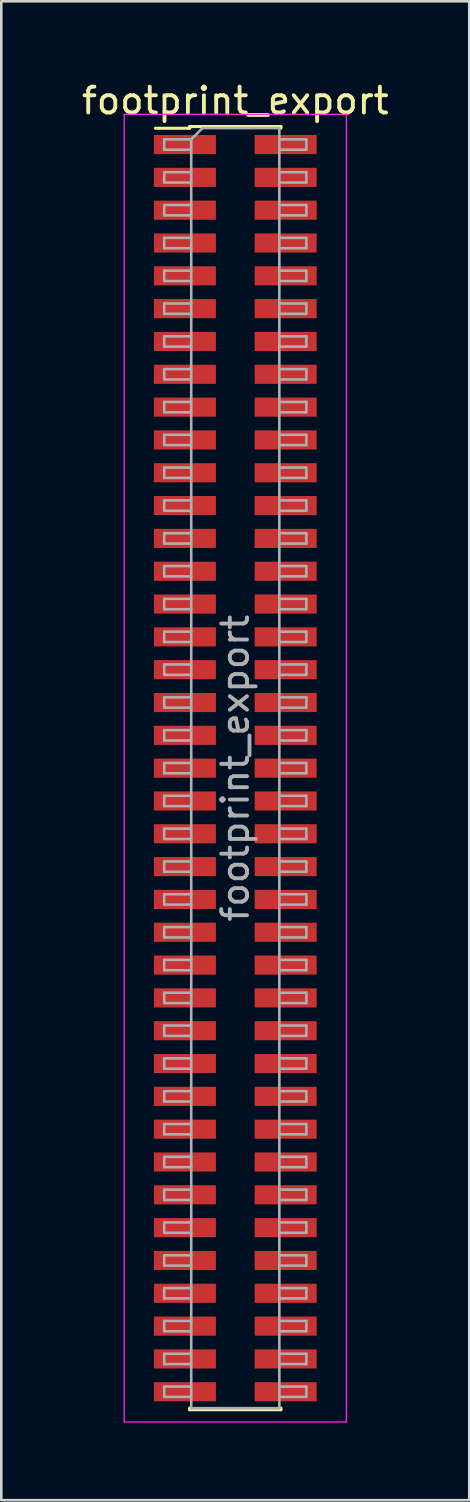
<source format=kicad_pcb>
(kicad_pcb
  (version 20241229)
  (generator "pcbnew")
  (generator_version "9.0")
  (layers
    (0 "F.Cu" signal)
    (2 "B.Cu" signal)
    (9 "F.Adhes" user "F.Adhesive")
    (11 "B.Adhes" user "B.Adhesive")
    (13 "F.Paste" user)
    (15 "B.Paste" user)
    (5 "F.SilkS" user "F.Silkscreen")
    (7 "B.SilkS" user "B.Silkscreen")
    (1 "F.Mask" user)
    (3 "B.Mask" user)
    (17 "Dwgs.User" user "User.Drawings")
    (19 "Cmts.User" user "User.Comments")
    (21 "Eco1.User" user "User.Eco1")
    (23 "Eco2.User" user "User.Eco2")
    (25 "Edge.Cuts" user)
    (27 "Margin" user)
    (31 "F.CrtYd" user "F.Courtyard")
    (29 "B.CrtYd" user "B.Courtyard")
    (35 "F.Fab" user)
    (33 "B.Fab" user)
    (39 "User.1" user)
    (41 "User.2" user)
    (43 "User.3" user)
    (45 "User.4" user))
  (footprint "footprint_export"
    (layer "F.Cu")
    (at 6.054 26.673)
    (property "Reference" "footprint_export" (at 0 -25.825 0) (layer "F.SilkS") (effects (font (size 1 1) (thickness 0.15))))
    (attr smd)
    (fp_line (start -3.09 -24.76) (end -1.765 -24.76) (stroke (width 0.12) (type solid)) (layer "F.SilkS"))
    (fp_line (start -1.765 -24.825) (end -1.765 -24.76) (stroke (width 0.12) (type solid)) (layer "F.SilkS"))
    (fp_line (start -1.765 -24.825) (end 1.765 -24.825) (stroke (width 0.12) (type solid)) (layer "F.SilkS"))
    (fp_line (start -1.765 24.76) (end -1.765 24.825) (stroke (width 0.12) (type solid)) (layer "F.SilkS"))
    (fp_line (start -1.765 24.825) (end 1.765 24.825) (stroke (width 0.12) (type solid)) (layer "F.SilkS"))
    (fp_line (start 1.765 -24.825) (end 1.765 -24.76) (stroke (width 0.12) (type solid)) (layer "F.SilkS"))
    (fp_line (start 1.765 24.76) (end 1.765 24.825) (stroke (width 0.12) (type solid)) (layer "F.SilkS"))
    (fp_line (start -4.3 -25.3) (end -4.3 25.3) (stroke (width 0.05) (type solid)) (layer "F.CrtYd"))
    (fp_line (start -4.3 25.3) (end 4.3 25.3) (stroke (width 0.05) (type solid)) (layer "F.CrtYd"))
    (fp_line (start 4.3 -25.3) (end -4.3 -25.3) (stroke (width 0.05) (type solid)) (layer "F.CrtYd"))
    (fp_line (start 4.3 25.3) (end 4.3 -25.3) (stroke (width 0.05) (type solid)) (layer "F.CrtYd"))
    (fp_line (start -2.75 -24.33) (end -2.75 -23.93) (stroke (width 0.1) (type solid)) (layer "F.Fab"))
    (fp_line (start -2.75 -23.93) (end -1.705 -23.93) (stroke (width 0.1) (type solid)) (layer "F.Fab"))
    (fp_line (start -2.75 -23.06) (end -2.75 -22.66) (stroke (width 0.1) (type solid)) (layer "F.Fab"))
    (fp_line (start -2.75 -22.66) (end -1.705 -22.66) (stroke (width 0.1) (type solid)) (layer "F.Fab"))
    (fp_line (start -2.75 -21.79) (end -2.75 -21.39) (stroke (width 0.1) (type solid)) (layer "F.Fab"))
    (fp_line (start -2.75 -21.39) (end -1.705 -21.39) (stroke (width 0.1) (type solid)) (layer "F.Fab"))
    (fp_line (start -2.75 -20.52) (end -2.75 -20.12) (stroke (width 0.1) (type solid)) (layer "F.Fab"))
    (fp_line (start -2.75 -20.12) (end -1.705 -20.12) (stroke (width 0.1) (type solid)) (layer "F.Fab"))
    (fp_line (start -2.75 -19.25) (end -2.75 -18.85) (stroke (width 0.1) (type solid)) (layer "F.Fab"))
    (fp_line (start -2.75 -18.85) (end -1.705 -18.85) (stroke (width 0.1) (type solid)) (layer "F.Fab"))
    (fp_line (start -2.75 -17.98) (end -2.75 -17.58) (stroke (width 0.1) (type solid)) (layer "F.Fab"))
    (fp_line (start -2.75 -17.58) (end -1.705 -17.58) (stroke (width 0.1) (type solid)) (layer "F.Fab"))
    (fp_line (start -2.75 -16.71) (end -2.75 -16.31) (stroke (width 0.1) (type solid)) (layer "F.Fab"))
    (fp_line (start -2.75 -16.31) (end -1.705 -16.31) (stroke (width 0.1) (type solid)) (layer "F.Fab"))
    (fp_line (start -2.75 -15.44) (end -2.75 -15.04) (stroke (width 0.1) (type solid)) (layer "F.Fab"))
    (fp_line (start -2.75 -15.04) (end -1.705 -15.04) (stroke (width 0.1) (type solid)) (layer "F.Fab"))
    (fp_line (start -2.75 -14.17) (end -2.75 -13.77) (stroke (width 0.1) (type solid)) (layer "F.Fab"))
    (fp_line (start -2.75 -13.77) (end -1.705 -13.77) (stroke (width 0.1) (type solid)) (layer "F.Fab"))
    (fp_line (start -2.75 -12.9) (end -2.75 -12.5) (stroke (width 0.1) (type solid)) (layer "F.Fab"))
    (fp_line (start -2.75 -12.5) (end -1.705 -12.5) (stroke (width 0.1) (type solid)) (layer "F.Fab"))
    (fp_line (start -2.75 -11.63) (end -2.75 -11.23) (stroke (width 0.1) (type solid)) (layer "F.Fab"))
    (fp_line (start -2.75 -11.23) (end -1.705 -11.23) (stroke (width 0.1) (type solid)) (layer "F.Fab"))
    (fp_line (start -2.75 -10.36) (end -2.75 -9.96) (stroke (width 0.1) (type solid)) (layer "F.Fab"))
    (fp_line (start -2.75 -9.96) (end -1.705 -9.96) (stroke (width 0.1) (type solid)) (layer "F.Fab"))
    (fp_line (start -2.75 -9.09) (end -2.75 -8.69) (stroke (width 0.1) (type solid)) (layer "F.Fab"))
    (fp_line (start -2.75 -8.69) (end -1.705 -8.69) (stroke (width 0.1) (type solid)) (layer "F.Fab"))
    (fp_line (start -2.75 -7.82) (end -2.75 -7.42) (stroke (width 0.1) (type solid)) (layer "F.Fab"))
    (fp_line (start -2.75 -7.42) (end -1.705 -7.42) (stroke (width 0.1) (type solid)) (layer "F.Fab"))
    (fp_line (start -2.75 -6.55) (end -2.75 -6.15) (stroke (width 0.1) (type solid)) (layer "F.Fab"))
    (fp_line (start -2.75 -6.15) (end -1.705 -6.15) (stroke (width 0.1) (type solid)) (layer "F.Fab"))
    (fp_line (start -2.75 -5.28) (end -2.75 -4.88) (stroke (width 0.1) (type solid)) (layer "F.Fab"))
    (fp_line (start -2.75 -4.88) (end -1.705 -4.88) (stroke (width 0.1) (type solid)) (layer "F.Fab"))
    (fp_line (start -2.75 -4.01) (end -2.75 -3.61) (stroke (width 0.1) (type solid)) (layer "F.Fab"))
    (fp_line (start -2.75 -3.61) (end -1.705 -3.61) (stroke (width 0.1) (type solid)) (layer "F.Fab"))
    (fp_line (start -2.75 -2.74) (end -2.75 -2.34) (stroke (width 0.1) (type solid)) (layer "F.Fab"))
    (fp_line (start -2.75 -2.34) (end -1.705 -2.34) (stroke (width 0.1) (type solid)) (layer "F.Fab"))
    (fp_line (start -2.75 -1.47) (end -2.75 -1.07) (stroke (width 0.1) (type solid)) (layer "F.Fab"))
    (fp_line (start -2.75 -1.07) (end -1.705 -1.07) (stroke (width 0.1) (type solid)) (layer "F.Fab"))
    (fp_line (start -2.75 -0.2) (end -2.75 0.2) (stroke (width 0.1) (type solid)) (layer "F.Fab"))
    (fp_line (start -2.75 0.2) (end -1.705 0.2) (stroke (width 0.1) (type solid)) (layer "F.Fab"))
    (fp_line (start -2.75 1.07) (end -2.75 1.47) (stroke (width 0.1) (type solid)) (layer "F.Fab"))
    (fp_line (start -2.75 1.47) (end -1.705 1.47) (stroke (width 0.1) (type solid)) (layer "F.Fab"))
    (fp_line (start -2.75 2.34) (end -2.75 2.74) (stroke (width 0.1) (type solid)) (layer "F.Fab"))
    (fp_line (start -2.75 2.74) (end -1.705 2.74) (stroke (width 0.1) (type solid)) (layer "F.Fab"))
    (fp_line (start -2.75 3.61) (end -2.75 4.01) (stroke (width 0.1) (type solid)) (layer "F.Fab"))
    (fp_line (start -2.75 4.01) (end -1.705 4.01) (stroke (width 0.1) (type solid)) (layer "F.Fab"))
    (fp_line (start -2.75 4.88) (end -2.75 5.28) (stroke (width 0.1) (type solid)) (layer "F.Fab"))
    (fp_line (start -2.75 5.28) (end -1.705 5.28) (stroke (width 0.1) (type solid)) (layer "F.Fab"))
    (fp_line (start -2.75 6.15) (end -2.75 6.55) (stroke (width 0.1) (type solid)) (layer "F.Fab"))
    (fp_line (start -2.75 6.55) (end -1.705 6.55) (stroke (width 0.1) (type solid)) (layer "F.Fab"))
    (fp_line (start -2.75 7.42) (end -2.75 7.82) (stroke (width 0.1) (type solid)) (layer "F.Fab"))
    (fp_line (start -2.75 7.82) (end -1.705 7.82) (stroke (width 0.1) (type solid)) (layer "F.Fab"))
    (fp_line (start -2.75 8.69) (end -2.75 9.09) (stroke (width 0.1) (type solid)) (layer "F.Fab"))
    (fp_line (start -2.75 9.09) (end -1.705 9.09) (stroke (width 0.1) (type solid)) (layer "F.Fab"))
    (fp_line (start -2.75 9.96) (end -2.75 10.36) (stroke (width 0.1) (type solid)) (layer "F.Fab"))
    (fp_line (start -2.75 10.36) (end -1.705 10.36) (stroke (width 0.1) (type solid)) (layer "F.Fab"))
    (fp_line (start -2.75 11.23) (end -2.75 11.63) (stroke (width 0.1) (type solid)) (layer "F.Fab"))
    (fp_line (start -2.75 11.63) (end -1.705 11.63) (stroke (width 0.1) (type solid)) (layer "F.Fab"))
    (fp_line (start -2.75 12.5) (end -2.75 12.9) (stroke (width 0.1) (type solid)) (layer "F.Fab"))
    (fp_line (start -2.75 12.9) (end -1.705 12.9) (stroke (width 0.1) (type solid)) (layer "F.Fab"))
    (fp_line (start -2.75 13.77) (end -2.75 14.17) (stroke (width 0.1) (type solid)) (layer "F.Fab"))
    (fp_line (start -2.75 14.17) (end -1.705 14.17) (stroke (width 0.1) (type solid)) (layer "F.Fab"))
    (fp_line (start -2.75 15.04) (end -2.75 15.44) (stroke (width 0.1) (type solid)) (layer "F.Fab"))
    (fp_line (start -2.75 15.44) (end -1.705 15.44) (stroke (width 0.1) (type solid)) (layer "F.Fab"))
    (fp_line (start -2.75 16.31) (end -2.75 16.71) (stroke (width 0.1) (type solid)) (layer "F.Fab"))
    (fp_line (start -2.75 16.71) (end -1.705 16.71) (stroke (width 0.1) (type solid)) (layer "F.Fab"))
    (fp_line (start -2.75 17.58) (end -2.75 17.98) (stroke (width 0.1) (type solid)) (layer "F.Fab"))
    (fp_line (start -2.75 17.98) (end -1.705 17.98) (stroke (width 0.1) (type solid)) (layer "F.Fab"))
    (fp_line (start -2.75 18.85) (end -2.75 19.25) (stroke (width 0.1) (type solid)) (layer "F.Fab"))
    (fp_line (start -2.75 19.25) (end -1.705 19.25) (stroke (width 0.1) (type solid)) (layer "F.Fab"))
    (fp_line (start -2.75 20.12) (end -2.75 20.52) (stroke (width 0.1) (type solid)) (layer "F.Fab"))
    (fp_line (start -2.75 20.52) (end -1.705 20.52) (stroke (width 0.1) (type solid)) (layer "F.Fab"))
    (fp_line (start -2.75 21.39) (end -2.75 21.79) (stroke (width 0.1) (type solid)) (layer "F.Fab"))
    (fp_line (start -2.75 21.79) (end -1.705 21.79) (stroke (width 0.1) (type solid)) (layer "F.Fab"))
    (fp_line (start -2.75 22.66) (end -2.75 23.06) (stroke (width 0.1) (type solid)) (layer "F.Fab"))
    (fp_line (start -2.75 23.06) (end -1.705 23.06) (stroke (width 0.1) (type solid)) (layer "F.Fab"))
    (fp_line (start -2.75 23.93) (end -2.75 24.33) (stroke (width 0.1) (type solid)) (layer "F.Fab"))
    (fp_line (start -2.75 24.33) (end -1.705 24.33) (stroke (width 0.1) (type solid)) (layer "F.Fab"))
    (fp_line (start -1.705 -24.33) (end -2.75 -24.33) (stroke (width 0.1) (type solid)) (layer "F.Fab"))
    (fp_line (start -1.705 -24.33) (end -1.27 -24.765) (stroke (width 0.1) (type solid)) (layer "F.Fab"))
    (fp_line (start -1.705 -23.06) (end -2.75 -23.06) (stroke (width 0.1) (type solid)) (layer "F.Fab"))
    (fp_line (start -1.705 -21.79) (end -2.75 -21.79) (stroke (width 0.1) (type solid)) (layer "F.Fab"))
    (fp_line (start -1.705 -20.52) (end -2.75 -20.52) (stroke (width 0.1) (type solid)) (layer "F.Fab"))
    (fp_line (start -1.705 -19.25) (end -2.75 -19.25) (stroke (width 0.1) (type solid)) (layer "F.Fab"))
    (fp_line (start -1.705 -17.98) (end -2.75 -17.98) (stroke (width 0.1) (type solid)) (layer "F.Fab"))
    (fp_line (start -1.705 -16.71) (end -2.75 -16.71) (stroke (width 0.1) (type solid)) (layer "F.Fab"))
    (fp_line (start -1.705 -15.44) (end -2.75 -15.44) (stroke (width 0.1) (type solid)) (layer "F.Fab"))
    (fp_line (start -1.705 -14.17) (end -2.75 -14.17) (stroke (width 0.1) (type solid)) (layer "F.Fab"))
    (fp_line (start -1.705 -12.9) (end -2.75 -12.9) (stroke (width 0.1) (type solid)) (layer "F.Fab"))
    (fp_line (start -1.705 -11.63) (end -2.75 -11.63) (stroke (width 0.1) (type solid)) (layer "F.Fab"))
    (fp_line (start -1.705 -10.36) (end -2.75 -10.36) (stroke (width 0.1) (type solid)) (layer "F.Fab"))
    (fp_line (start -1.705 -9.09) (end -2.75 -9.09) (stroke (width 0.1) (type solid)) (layer "F.Fab"))
    (fp_line (start -1.705 -7.82) (end -2.75 -7.82) (stroke (width 0.1) (type solid)) (layer "F.Fab"))
    (fp_line (start -1.705 -6.55) (end -2.75 -6.55) (stroke (width 0.1) (type solid)) (layer "F.Fab"))
    (fp_line (start -1.705 -5.28) (end -2.75 -5.28) (stroke (width 0.1) (type solid)) (layer "F.Fab"))
    (fp_line (start -1.705 -4.01) (end -2.75 -4.01) (stroke (width 0.1) (type solid)) (layer "F.Fab"))
    (fp_line (start -1.705 -2.74) (end -2.75 -2.74) (stroke (width 0.1) (type solid)) (layer "F.Fab"))
    (fp_line (start -1.705 -1.47) (end -2.75 -1.47) (stroke (width 0.1) (type solid)) (layer "F.Fab"))
    (fp_line (start -1.705 -0.2) (end -2.75 -0.2) (stroke (width 0.1) (type solid)) (layer "F.Fab"))
    (fp_line (start -1.705 1.07) (end -2.75 1.07) (stroke (width 0.1) (type solid)) (layer "F.Fab"))
    (fp_line (start -1.705 2.34) (end -2.75 2.34) (stroke (width 0.1) (type solid)) (layer "F.Fab"))
    (fp_line (start -1.705 3.61) (end -2.75 3.61) (stroke (width 0.1) (type solid)) (layer "F.Fab"))
    (fp_line (start -1.705 4.88) (end -2.75 4.88) (stroke (width 0.1) (type solid)) (layer "F.Fab"))
    (fp_line (start -1.705 6.15) (end -2.75 6.15) (stroke (width 0.1) (type solid)) (layer "F.Fab"))
    (fp_line (start -1.705 7.42) (end -2.75 7.42) (stroke (width 0.1) (type solid)) (layer "F.Fab"))
    (fp_line (start -1.705 8.69) (end -2.75 8.69) (stroke (width 0.1) (type solid)) (layer "F.Fab"))
    (fp_line (start -1.705 9.96) (end -2.75 9.96) (stroke (width 0.1) (type solid)) (layer "F.Fab"))
    (fp_line (start -1.705 11.23) (end -2.75 11.23) (stroke (width 0.1) (type solid)) (layer "F.Fab"))
    (fp_line (start -1.705 12.5) (end -2.75 12.5) (stroke (width 0.1) (type solid)) (layer "F.Fab"))
    (fp_line (start -1.705 13.77) (end -2.75 13.77) (stroke (width 0.1) (type solid)) (layer "F.Fab"))
    (fp_line (start -1.705 15.04) (end -2.75 15.04) (stroke (width 0.1) (type solid)) (layer "F.Fab"))
    (fp_line (start -1.705 16.31) (end -2.75 16.31) (stroke (width 0.1) (type solid)) (layer "F.Fab"))
    (fp_line (start -1.705 17.58) (end -2.75 17.58) (stroke (width 0.1) (type solid)) (layer "F.Fab"))
    (fp_line (start -1.705 18.85) (end -2.75 18.85) (stroke (width 0.1) (type solid)) (layer "F.Fab"))
    (fp_line (start -1.705 20.12) (end -2.75 20.12) (stroke (width 0.1) (type solid)) (layer "F.Fab"))
    (fp_line (start -1.705 21.39) (end -2.75 21.39) (stroke (width 0.1) (type solid)) (layer "F.Fab"))
    (fp_line (start -1.705 22.66) (end -2.75 22.66) (stroke (width 0.1) (type solid)) (layer "F.Fab"))
    (fp_line (start -1.705 23.93) (end -2.75 23.93) (stroke (width 0.1) (type solid)) (layer "F.Fab"))
    (fp_line (start -1.705 24.765) (end -1.705 -24.33) (stroke (width 0.1) (type solid)) (layer "F.Fab"))
    (fp_line (start -1.27 -24.765) (end 1.705 -24.765) (stroke (width 0.1) (type solid)) (layer "F.Fab"))
    (fp_line (start 1.705 -24.765) (end 1.705 24.765) (stroke (width 0.1) (type solid)) (layer "F.Fab"))
    (fp_line (start 1.705 -24.33) (end 2.75 -24.33) (stroke (width 0.1) (type solid)) (layer "F.Fab"))
    (fp_line (start 1.705 -23.06) (end 2.75 -23.06) (stroke (width 0.1) (type solid)) (layer "F.Fab"))
    (fp_line (start 1.705 -21.79) (end 2.75 -21.79) (stroke (width 0.1) (type solid)) (layer "F.Fab"))
    (fp_line (start 1.705 -20.52) (end 2.75 -20.52) (stroke (width 0.1) (type solid)) (layer "F.Fab"))
    (fp_line (start 1.705 -19.25) (end 2.75 -19.25) (stroke (width 0.1) (type solid)) (layer "F.Fab"))
    (fp_line (start 1.705 -17.98) (end 2.75 -17.98) (stroke (width 0.1) (type solid)) (layer "F.Fab"))
    (fp_line (start 1.705 -16.71) (end 2.75 -16.71) (stroke (width 0.1) (type solid)) (layer "F.Fab"))
    (fp_line (start 1.705 -15.44) (end 2.75 -15.44) (stroke (width 0.1) (type solid)) (layer "F.Fab"))
    (fp_line (start 1.705 -14.17) (end 2.75 -14.17) (stroke (width 0.1) (type solid)) (layer "F.Fab"))
    (fp_line (start 1.705 -12.9) (end 2.75 -12.9) (stroke (width 0.1) (type solid)) (layer "F.Fab"))
    (fp_line (start 1.705 -11.63) (end 2.75 -11.63) (stroke (width 0.1) (type solid)) (layer "F.Fab"))
    (fp_line (start 1.705 -10.36) (end 2.75 -10.36) (stroke (width 0.1) (type solid)) (layer "F.Fab"))
    (fp_line (start 1.705 -9.09) (end 2.75 -9.09) (stroke (width 0.1) (type solid)) (layer "F.Fab"))
    (fp_line (start 1.705 -7.82) (end 2.75 -7.82) (stroke (width 0.1) (type solid)) (layer "F.Fab"))
    (fp_line (start 1.705 -6.55) (end 2.75 -6.55) (stroke (width 0.1) (type solid)) (layer "F.Fab"))
    (fp_line (start 1.705 -5.28) (end 2.75 -5.28) (stroke (width 0.1) (type solid)) (layer "F.Fab"))
    (fp_line (start 1.705 -4.01) (end 2.75 -4.01) (stroke (width 0.1) (type solid)) (layer "F.Fab"))
    (fp_line (start 1.705 -2.74) (end 2.75 -2.74) (stroke (width 0.1) (type solid)) (layer "F.Fab"))
    (fp_line (start 1.705 -1.47) (end 2.75 -1.47) (stroke (width 0.1) (type solid)) (layer "F.Fab"))
    (fp_line (start 1.705 -0.2) (end 2.75 -0.2) (stroke (width 0.1) (type solid)) (layer "F.Fab"))
    (fp_line (start 1.705 1.07) (end 2.75 1.07) (stroke (width 0.1) (type solid)) (layer "F.Fab"))
    (fp_line (start 1.705 2.34) (end 2.75 2.34) (stroke (width 0.1) (type solid)) (layer "F.Fab"))
    (fp_line (start 1.705 3.61) (end 2.75 3.61) (stroke (width 0.1) (type solid)) (layer "F.Fab"))
    (fp_line (start 1.705 4.88) (end 2.75 4.88) (stroke (width 0.1) (type solid)) (layer "F.Fab"))
    (fp_line (start 1.705 6.15) (end 2.75 6.15) (stroke (width 0.1) (type solid)) (layer "F.Fab"))
    (fp_line (start 1.705 7.42) (end 2.75 7.42) (stroke (width 0.1) (type solid)) (layer "F.Fab"))
    (fp_line (start 1.705 8.69) (end 2.75 8.69) (stroke (width 0.1) (type solid)) (layer "F.Fab"))
    (fp_line (start 1.705 9.96) (end 2.75 9.96) (stroke (width 0.1) (type solid)) (layer "F.Fab"))
    (fp_line (start 1.705 11.23) (end 2.75 11.23) (stroke (width 0.1) (type solid)) (layer "F.Fab"))
    (fp_line (start 1.705 12.5) (end 2.75 12.5) (stroke (width 0.1) (type solid)) (layer "F.Fab"))
    (fp_line (start 1.705 13.77) (end 2.75 13.77) (stroke (width 0.1) (type solid)) (layer "F.Fab"))
    (fp_line (start 1.705 15.04) (end 2.75 15.04) (stroke (width 0.1) (type solid)) (layer "F.Fab"))
    (fp_line (start 1.705 16.31) (end 2.75 16.31) (stroke (width 0.1) (type solid)) (layer "F.Fab"))
    (fp_line (start 1.705 17.58) (end 2.75 17.58) (stroke (width 0.1) (type solid)) (layer "F.Fab"))
    (fp_line (start 1.705 18.85) (end 2.75 18.85) (stroke (width 0.1) (type solid)) (layer "F.Fab"))
    (fp_line (start 1.705 20.12) (end 2.75 20.12) (stroke (width 0.1) (type solid)) (layer "F.Fab"))
    (fp_line (start 1.705 21.39) (end 2.75 21.39) (stroke (width 0.1) (type solid)) (layer "F.Fab"))
    (fp_line (start 1.705 22.66) (end 2.75 22.66) (stroke (width 0.1) (type solid)) (layer "F.Fab"))
    (fp_line (start 1.705 23.93) (end 2.75 23.93) (stroke (width 0.1) (type solid)) (layer "F.Fab"))
    (fp_line (start 1.705 24.765) (end -1.705 24.765) (stroke (width 0.1) (type solid)) (layer "F.Fab"))
    (fp_line (start 2.75 -24.33) (end 2.75 -23.93) (stroke (width 0.1) (type solid)) (layer "F.Fab"))
    (fp_line (start 2.75 -23.93) (end 1.705 -23.93) (stroke (width 0.1) (type solid)) (layer "F.Fab"))
    (fp_line (start 2.75 -23.06) (end 2.75 -22.66) (stroke (width 0.1) (type solid)) (layer "F.Fab"))
    (fp_line (start 2.75 -22.66) (end 1.705 -22.66) (stroke (width 0.1) (type solid)) (layer "F.Fab"))
    (fp_line (start 2.75 -21.79) (end 2.75 -21.39) (stroke (width 0.1) (type solid)) (layer "F.Fab"))
    (fp_line (start 2.75 -21.39) (end 1.705 -21.39) (stroke (width 0.1) (type solid)) (layer "F.Fab"))
    (fp_line (start 2.75 -20.52) (end 2.75 -20.12) (stroke (width 0.1) (type solid)) (layer "F.Fab"))
    (fp_line (start 2.75 -20.12) (end 1.705 -20.12) (stroke (width 0.1) (type solid)) (layer "F.Fab"))
    (fp_line (start 2.75 -19.25) (end 2.75 -18.85) (stroke (width 0.1) (type solid)) (layer "F.Fab"))
    (fp_line (start 2.75 -18.85) (end 1.705 -18.85) (stroke (width 0.1) (type solid)) (layer "F.Fab"))
    (fp_line (start 2.75 -17.98) (end 2.75 -17.58) (stroke (width 0.1) (type solid)) (layer "F.Fab"))
    (fp_line (start 2.75 -17.58) (end 1.705 -17.58) (stroke (width 0.1) (type solid)) (layer "F.Fab"))
    (fp_line (start 2.75 -16.71) (end 2.75 -16.31) (stroke (width 0.1) (type solid)) (layer "F.Fab"))
    (fp_line (start 2.75 -16.31) (end 1.705 -16.31) (stroke (width 0.1) (type solid)) (layer "F.Fab"))
    (fp_line (start 2.75 -15.44) (end 2.75 -15.04) (stroke (width 0.1) (type solid)) (layer "F.Fab"))
    (fp_line (start 2.75 -15.04) (end 1.705 -15.04) (stroke (width 0.1) (type solid)) (layer "F.Fab"))
    (fp_line (start 2.75 -14.17) (end 2.75 -13.77) (stroke (width 0.1) (type solid)) (layer "F.Fab"))
    (fp_line (start 2.75 -13.77) (end 1.705 -13.77) (stroke (width 0.1) (type solid)) (layer "F.Fab"))
    (fp_line (start 2.75 -12.9) (end 2.75 -12.5) (stroke (width 0.1) (type solid)) (layer "F.Fab"))
    (fp_line (start 2.75 -12.5) (end 1.705 -12.5) (stroke (width 0.1) (type solid)) (layer "F.Fab"))
    (fp_line (start 2.75 -11.63) (end 2.75 -11.23) (stroke (width 0.1) (type solid)) (layer "F.Fab"))
    (fp_line (start 2.75 -11.23) (end 1.705 -11.23) (stroke (width 0.1) (type solid)) (layer "F.Fab"))
    (fp_line (start 2.75 -10.36) (end 2.75 -9.96) (stroke (width 0.1) (type solid)) (layer "F.Fab"))
    (fp_line (start 2.75 -9.96) (end 1.705 -9.96) (stroke (width 0.1) (type solid)) (layer "F.Fab"))
    (fp_line (start 2.75 -9.09) (end 2.75 -8.69) (stroke (width 0.1) (type solid)) (layer "F.Fab"))
    (fp_line (start 2.75 -8.69) (end 1.705 -8.69) (stroke (width 0.1) (type solid)) (layer "F.Fab"))
    (fp_line (start 2.75 -7.82) (end 2.75 -7.42) (stroke (width 0.1) (type solid)) (layer "F.Fab"))
    (fp_line (start 2.75 -7.42) (end 1.705 -7.42) (stroke (width 0.1) (type solid)) (layer "F.Fab"))
    (fp_line (start 2.75 -6.55) (end 2.75 -6.15) (stroke (width 0.1) (type solid)) (layer "F.Fab"))
    (fp_line (start 2.75 -6.15) (end 1.705 -6.15) (stroke (width 0.1) (type solid)) (layer "F.Fab"))
    (fp_line (start 2.75 -5.28) (end 2.75 -4.88) (stroke (width 0.1) (type solid)) (layer "F.Fab"))
    (fp_line (start 2.75 -4.88) (end 1.705 -4.88) (stroke (width 0.1) (type solid)) (layer "F.Fab"))
    (fp_line (start 2.75 -4.01) (end 2.75 -3.61) (stroke (width 0.1) (type solid)) (layer "F.Fab"))
    (fp_line (start 2.75 -3.61) (end 1.705 -3.61) (stroke (width 0.1) (type solid)) (layer "F.Fab"))
    (fp_line (start 2.75 -2.74) (end 2.75 -2.34) (stroke (width 0.1) (type solid)) (layer "F.Fab"))
    (fp_line (start 2.75 -2.34) (end 1.705 -2.34) (stroke (width 0.1) (type solid)) (layer "F.Fab"))
    (fp_line (start 2.75 -1.47) (end 2.75 -1.07) (stroke (width 0.1) (type solid)) (layer "F.Fab"))
    (fp_line (start 2.75 -1.07) (end 1.705 -1.07) (stroke (width 0.1) (type solid)) (layer "F.Fab"))
    (fp_line (start 2.75 -0.2) (end 2.75 0.2) (stroke (width 0.1) (type solid)) (layer "F.Fab"))
    (fp_line (start 2.75 0.2) (end 1.705 0.2) (stroke (width 0.1) (type solid)) (layer "F.Fab"))
    (fp_line (start 2.75 1.07) (end 2.75 1.47) (stroke (width 0.1) (type solid)) (layer "F.Fab"))
    (fp_line (start 2.75 1.47) (end 1.705 1.47) (stroke (width 0.1) (type solid)) (layer "F.Fab"))
    (fp_line (start 2.75 2.34) (end 2.75 2.74) (stroke (width 0.1) (type solid)) (layer "F.Fab"))
    (fp_line (start 2.75 2.74) (end 1.705 2.74) (stroke (width 0.1) (type solid)) (layer "F.Fab"))
    (fp_line (start 2.75 3.61) (end 2.75 4.01) (stroke (width 0.1) (type solid)) (layer "F.Fab"))
    (fp_line (start 2.75 4.01) (end 1.705 4.01) (stroke (width 0.1) (type solid)) (layer "F.Fab"))
    (fp_line (start 2.75 4.88) (end 2.75 5.28) (stroke (width 0.1) (type solid)) (layer "F.Fab"))
    (fp_line (start 2.75 5.28) (end 1.705 5.28) (stroke (width 0.1) (type solid)) (layer "F.Fab"))
    (fp_line (start 2.75 6.15) (end 2.75 6.55) (stroke (width 0.1) (type solid)) (layer "F.Fab"))
    (fp_line (start 2.75 6.55) (end 1.705 6.55) (stroke (width 0.1) (type solid)) (layer "F.Fab"))
    (fp_line (start 2.75 7.42) (end 2.75 7.82) (stroke (width 0.1) (type solid)) (layer "F.Fab"))
    (fp_line (start 2.75 7.82) (end 1.705 7.82) (stroke (width 0.1) (type solid)) (layer "F.Fab"))
    (fp_line (start 2.75 8.69) (end 2.75 9.09) (stroke (width 0.1) (type solid)) (layer "F.Fab"))
    (fp_line (start 2.75 9.09) (end 1.705 9.09) (stroke (width 0.1) (type solid)) (layer "F.Fab"))
    (fp_line (start 2.75 9.96) (end 2.75 10.36) (stroke (width 0.1) (type solid)) (layer "F.Fab"))
    (fp_line (start 2.75 10.36) (end 1.705 10.36) (stroke (width 0.1) (type solid)) (layer "F.Fab"))
    (fp_line (start 2.75 11.23) (end 2.75 11.63) (stroke (width 0.1) (type solid)) (layer "F.Fab"))
    (fp_line (start 2.75 11.63) (end 1.705 11.63) (stroke (width 0.1) (type solid)) (layer "F.Fab"))
    (fp_line (start 2.75 12.5) (end 2.75 12.9) (stroke (width 0.1) (type solid)) (layer "F.Fab"))
    (fp_line (start 2.75 12.9) (end 1.705 12.9) (stroke (width 0.1) (type solid)) (layer "F.Fab"))
    (fp_line (start 2.75 13.77) (end 2.75 14.17) (stroke (width 0.1) (type solid)) (layer "F.Fab"))
    (fp_line (start 2.75 14.17) (end 1.705 14.17) (stroke (width 0.1) (type solid)) (layer "F.Fab"))
    (fp_line (start 2.75 15.04) (end 2.75 15.44) (stroke (width 0.1) (type solid)) (layer "F.Fab"))
    (fp_line (start 2.75 15.44) (end 1.705 15.44) (stroke (width 0.1) (type solid)) (layer "F.Fab"))
    (fp_line (start 2.75 16.31) (end 2.75 16.71) (stroke (width 0.1) (type solid)) (layer "F.Fab"))
    (fp_line (start 2.75 16.71) (end 1.705 16.71) (stroke (width 0.1) (type solid)) (layer "F.Fab"))
    (fp_line (start 2.75 17.58) (end 2.75 17.98) (stroke (width 0.1) (type solid)) (layer "F.Fab"))
    (fp_line (start 2.75 17.98) (end 1.705 17.98) (stroke (width 0.1) (type solid)) (layer "F.Fab"))
    (fp_line (start 2.75 18.85) (end 2.75 19.25) (stroke (width 0.1) (type solid)) (layer "F.Fab"))
    (fp_line (start 2.75 19.25) (end 1.705 19.25) (stroke (width 0.1) (type solid)) (layer "F.Fab"))
    (fp_line (start 2.75 20.12) (end 2.75 20.52) (stroke (width 0.1) (type solid)) (layer "F.Fab"))
    (fp_line (start 2.75 20.52) (end 1.705 20.52) (stroke (width 0.1) (type solid)) (layer "F.Fab"))
    (fp_line (start 2.75 21.39) (end 2.75 21.79) (stroke (width 0.1) (type solid)) (layer "F.Fab"))
    (fp_line (start 2.75 21.79) (end 1.705 21.79) (stroke (width 0.1) (type solid)) (layer "F.Fab"))
    (fp_line (start 2.75 22.66) (end 2.75 23.06) (stroke (width 0.1) (type solid)) (layer "F.Fab"))
    (fp_line (start 2.75 23.06) (end 1.705 23.06) (stroke (width 0.1) (type solid)) (layer "F.Fab"))
    (fp_line (start 2.75 23.93) (end 2.75 24.33) (stroke (width 0.1) (type solid)) (layer "F.Fab"))
    (fp_line (start 2.75 24.33) (end 1.705 24.33) (stroke (width 0.1) (type solid)) (layer "F.Fab"))
    (fp_text user "${REFERENCE}" (at 0 0 90) (layer "F.Fab") (effects (font (size 1 1) (thickness 0.15))))
    (pad "1" smd rect (at -1.95 -24.13) (size 2.4 0.74) (layers "F.Cu" "F.Mask" "F.Paste"))
    (pad "2" smd rect (at 1.95 -24.13) (size 2.4 0.74) (layers "F.Cu" "F.Mask" "F.Paste"))
    (pad "3" smd rect (at -1.95 -22.86) (size 2.4 0.74) (layers "F.Cu" "F.Mask" "F.Paste"))
    (pad "4" smd rect (at 1.95 -22.86) (size 2.4 0.74) (layers "F.Cu" "F.Mask" "F.Paste"))
    (pad "5" smd rect (at -1.95 -21.59) (size 2.4 0.74) (layers "F.Cu" "F.Mask" "F.Paste"))
    (pad "6" smd rect (at 1.95 -21.59) (size 2.4 0.74) (layers "F.Cu" "F.Mask" "F.Paste"))
    (pad "7" smd rect (at -1.95 -20.32) (size 2.4 0.74) (layers "F.Cu" "F.Mask" "F.Paste"))
    (pad "8" smd rect (at 1.95 -20.32) (size 2.4 0.74) (layers "F.Cu" "F.Mask" "F.Paste"))
    (pad "9" smd rect (at -1.95 -19.05) (size 2.4 0.74) (layers "F.Cu" "F.Mask" "F.Paste"))
    (pad "10" smd rect (at 1.95 -19.05) (size 2.4 0.74) (layers "F.Cu" "F.Mask" "F.Paste"))
    (pad "11" smd rect (at -1.95 -17.78) (size 2.4 0.74) (layers "F.Cu" "F.Mask" "F.Paste"))
    (pad "12" smd rect (at 1.95 -17.78) (size 2.4 0.74) (layers "F.Cu" "F.Mask" "F.Paste"))
    (pad "13" smd rect (at -1.95 -16.51) (size 2.4 0.74) (layers "F.Cu" "F.Mask" "F.Paste"))
    (pad "14" smd rect (at 1.95 -16.51) (size 2.4 0.74) (layers "F.Cu" "F.Mask" "F.Paste"))
    (pad "15" smd rect (at -1.95 -15.24) (size 2.4 0.74) (layers "F.Cu" "F.Mask" "F.Paste"))
    (pad "16" smd rect (at 1.95 -15.24) (size 2.4 0.74) (layers "F.Cu" "F.Mask" "F.Paste"))
    (pad "17" smd rect (at -1.95 -13.97) (size 2.4 0.74) (layers "F.Cu" "F.Mask" "F.Paste"))
    (pad "18" smd rect (at 1.95 -13.97) (size 2.4 0.74) (layers "F.Cu" "F.Mask" "F.Paste"))
    (pad "19" smd rect (at -1.95 -12.7) (size 2.4 0.74) (layers "F.Cu" "F.Mask" "F.Paste"))
    (pad "20" smd rect (at 1.95 -12.7) (size 2.4 0.74) (layers "F.Cu" "F.Mask" "F.Paste"))
    (pad "21" smd rect (at -1.95 -11.43) (size 2.4 0.74) (layers "F.Cu" "F.Mask" "F.Paste"))
    (pad "22" smd rect (at 1.95 -11.43) (size 2.4 0.74) (layers "F.Cu" "F.Mask" "F.Paste"))
    (pad "23" smd rect (at -1.95 -10.16) (size 2.4 0.74) (layers "F.Cu" "F.Mask" "F.Paste"))
    (pad "24" smd rect (at 1.95 -10.16) (size 2.4 0.74) (layers "F.Cu" "F.Mask" "F.Paste"))
    (pad "25" smd rect (at -1.95 -8.89) (size 2.4 0.74) (layers "F.Cu" "F.Mask" "F.Paste"))
    (pad "26" smd rect (at 1.95 -8.89) (size 2.4 0.74) (layers "F.Cu" "F.Mask" "F.Paste"))
    (pad "27" smd rect (at -1.95 -7.62) (size 2.4 0.74) (layers "F.Cu" "F.Mask" "F.Paste"))
    (pad "28" smd rect (at 1.95 -7.62) (size 2.4 0.74) (layers "F.Cu" "F.Mask" "F.Paste"))
    (pad "29" smd rect (at -1.95 -6.35) (size 2.4 0.74) (layers "F.Cu" "F.Mask" "F.Paste"))
    (pad "30" smd rect (at 1.95 -6.35) (size 2.4 0.74) (layers "F.Cu" "F.Mask" "F.Paste"))
    (pad "31" smd rect (at -1.95 -5.08) (size 2.4 0.74) (layers "F.Cu" "F.Mask" "F.Paste"))
    (pad "32" smd rect (at 1.95 -5.08) (size 2.4 0.74) (layers "F.Cu" "F.Mask" "F.Paste"))
    (pad "33" smd rect (at -1.95 -3.81) (size 2.4 0.74) (layers "F.Cu" "F.Mask" "F.Paste"))
    (pad "34" smd rect (at 1.95 -3.81) (size 2.4 0.74) (layers "F.Cu" "F.Mask" "F.Paste"))
    (pad "35" smd rect (at -1.95 -2.54) (size 2.4 0.74) (layers "F.Cu" "F.Mask" "F.Paste"))
    (pad "36" smd rect (at 1.95 -2.54) (size 2.4 0.74) (layers "F.Cu" "F.Mask" "F.Paste"))
    (pad "37" smd rect (at -1.95 -1.27) (size 2.4 0.74) (layers "F.Cu" "F.Mask" "F.Paste"))
    (pad "38" smd rect (at 1.95 -1.27) (size 2.4 0.74) (layers "F.Cu" "F.Mask" "F.Paste"))
    (pad "39" smd rect (at -1.95 0) (size 2.4 0.74) (layers "F.Cu" "F.Mask" "F.Paste"))
    (pad "40" smd rect (at 1.95 0) (size 2.4 0.74) (layers "F.Cu" "F.Mask" "F.Paste"))
    (pad "41" smd rect (at -1.95 1.27) (size 2.4 0.74) (layers "F.Cu" "F.Mask" "F.Paste"))
    (pad "42" smd rect (at 1.95 1.27) (size 2.4 0.74) (layers "F.Cu" "F.Mask" "F.Paste"))
    (pad "43" smd rect (at -1.95 2.54) (size 2.4 0.74) (layers "F.Cu" "F.Mask" "F.Paste"))
    (pad "44" smd rect (at 1.95 2.54) (size 2.4 0.74) (layers "F.Cu" "F.Mask" "F.Paste"))
    (pad "45" smd rect (at -1.95 3.81) (size 2.4 0.74) (layers "F.Cu" "F.Mask" "F.Paste"))
    (pad "46" smd rect (at 1.95 3.81) (size 2.4 0.74) (layers "F.Cu" "F.Mask" "F.Paste"))
    (pad "47" smd rect (at -1.95 5.08) (size 2.4 0.74) (layers "F.Cu" "F.Mask" "F.Paste"))
    (pad "48" smd rect (at 1.95 5.08) (size 2.4 0.74) (layers "F.Cu" "F.Mask" "F.Paste"))
    (pad "49" smd rect (at -1.95 6.35) (size 2.4 0.74) (layers "F.Cu" "F.Mask" "F.Paste"))
    (pad "50" smd rect (at 1.95 6.35) (size 2.4 0.74) (layers "F.Cu" "F.Mask" "F.Paste"))
    (pad "51" smd rect (at -1.95 7.62) (size 2.4 0.74) (layers "F.Cu" "F.Mask" "F.Paste"))
    (pad "52" smd rect (at 1.95 7.62) (size 2.4 0.74) (layers "F.Cu" "F.Mask" "F.Paste"))
    (pad "53" smd rect (at -1.95 8.89) (size 2.4 0.74) (layers "F.Cu" "F.Mask" "F.Paste"))
    (pad "54" smd rect (at 1.95 8.89) (size 2.4 0.74) (layers "F.Cu" "F.Mask" "F.Paste"))
    (pad "55" smd rect (at -1.95 10.16) (size 2.4 0.74) (layers "F.Cu" "F.Mask" "F.Paste"))
    (pad "56" smd rect (at 1.95 10.16) (size 2.4 0.74) (layers "F.Cu" "F.Mask" "F.Paste"))
    (pad "57" smd rect (at -1.95 11.43) (size 2.4 0.74) (layers "F.Cu" "F.Mask" "F.Paste"))
    (pad "58" smd rect (at 1.95 11.43) (size 2.4 0.74) (layers "F.Cu" "F.Mask" "F.Paste"))
    (pad "59" smd rect (at -1.95 12.7) (size 2.4 0.74) (layers "F.Cu" "F.Mask" "F.Paste"))
    (pad "60" smd rect (at 1.95 12.7) (size 2.4 0.74) (layers "F.Cu" "F.Mask" "F.Paste"))
    (pad "61" smd rect (at -1.95 13.97) (size 2.4 0.74) (layers "F.Cu" "F.Mask" "F.Paste"))
    (pad "62" smd rect (at 1.95 13.97) (size 2.4 0.74) (layers "F.Cu" "F.Mask" "F.Paste"))
    (pad "63" smd rect (at -1.95 15.24) (size 2.4 0.74) (layers "F.Cu" "F.Mask" "F.Paste"))
    (pad "64" smd rect (at 1.95 15.24) (size 2.4 0.74) (layers "F.Cu" "F.Mask" "F.Paste"))
    (pad "65" smd rect (at -1.95 16.51) (size 2.4 0.74) (layers "F.Cu" "F.Mask" "F.Paste"))
    (pad "66" smd rect (at 1.95 16.51) (size 2.4 0.74) (layers "F.Cu" "F.Mask" "F.Paste"))
    (pad "67" smd rect (at -1.95 17.78) (size 2.4 0.74) (layers "F.Cu" "F.Mask" "F.Paste"))
    (pad "68" smd rect (at 1.95 17.78) (size 2.4 0.74) (layers "F.Cu" "F.Mask" "F.Paste"))
    (pad "69" smd rect (at -1.95 19.05) (size 2.4 0.74) (layers "F.Cu" "F.Mask" "F.Paste"))
    (pad "70" smd rect (at 1.95 19.05) (size 2.4 0.74) (layers "F.Cu" "F.Mask" "F.Paste"))
    (pad "71" smd rect (at -1.95 20.32) (size 2.4 0.74) (layers "F.Cu" "F.Mask" "F.Paste"))
    (pad "72" smd rect (at 1.95 20.32) (size 2.4 0.74) (layers "F.Cu" "F.Mask" "F.Paste"))
    (pad "73" smd rect (at -1.95 21.59) (size 2.4 0.74) (layers "F.Cu" "F.Mask" "F.Paste"))
    (pad "74" smd rect (at 1.95 21.59) (size 2.4 0.74) (layers "F.Cu" "F.Mask" "F.Paste"))
    (pad "75" smd rect (at -1.95 22.86) (size 2.4 0.74) (layers "F.Cu" "F.Mask" "F.Paste"))
    (pad "76" smd rect (at 1.95 22.86) (size 2.4 0.74) (layers "F.Cu" "F.Mask" "F.Paste"))
    (pad "77" smd rect (at -1.95 24.13) (size 2.4 0.74) (layers "F.Cu" "F.Mask" "F.Paste"))
    (pad "78" smd rect (at 1.95 24.13) (size 2.4 0.74) (layers "F.Cu" "F.Mask" "F.Paste")))
  (gr_rect
    (start -3 -3)
    (end 15.107 54.998)
    (stroke (width 0.1) (type default))
    (fill no)
    (layer "Edge.Cuts")))
</source>
